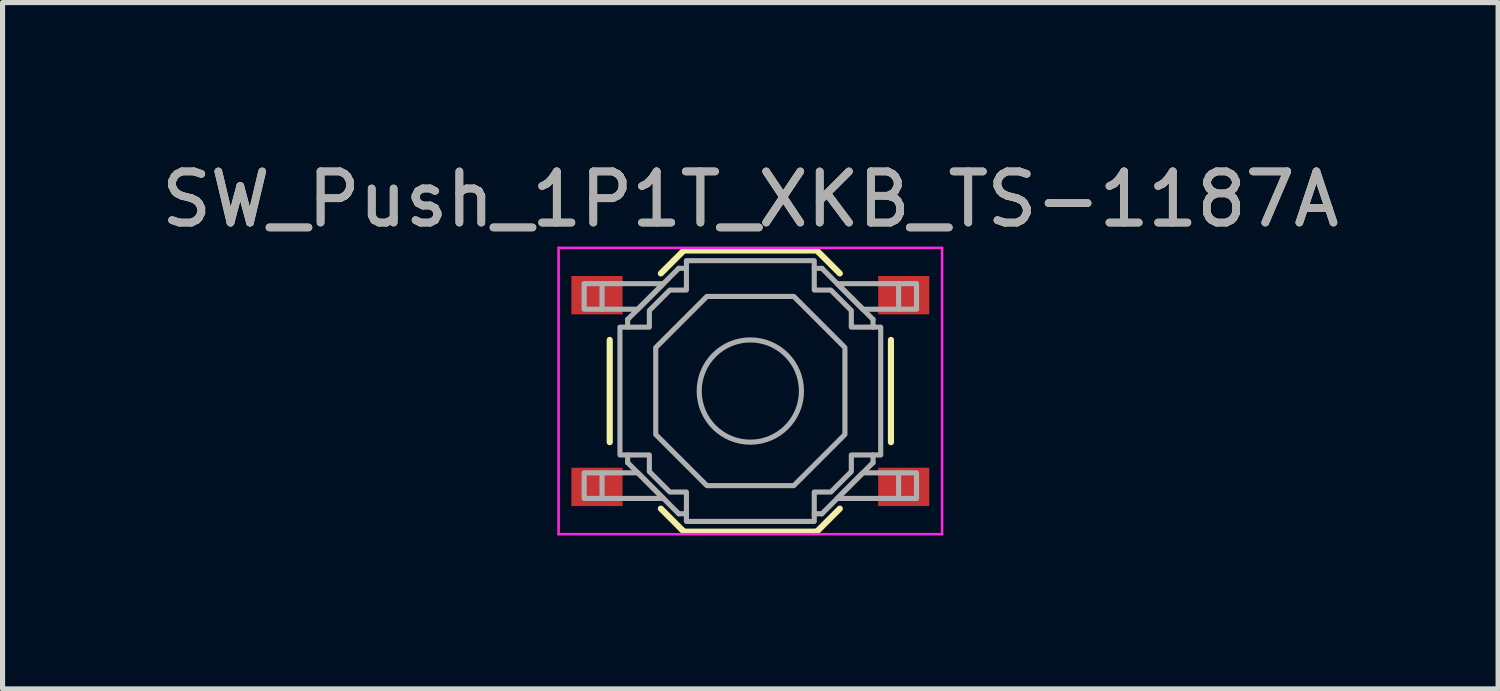
<source format=kicad_pcb>
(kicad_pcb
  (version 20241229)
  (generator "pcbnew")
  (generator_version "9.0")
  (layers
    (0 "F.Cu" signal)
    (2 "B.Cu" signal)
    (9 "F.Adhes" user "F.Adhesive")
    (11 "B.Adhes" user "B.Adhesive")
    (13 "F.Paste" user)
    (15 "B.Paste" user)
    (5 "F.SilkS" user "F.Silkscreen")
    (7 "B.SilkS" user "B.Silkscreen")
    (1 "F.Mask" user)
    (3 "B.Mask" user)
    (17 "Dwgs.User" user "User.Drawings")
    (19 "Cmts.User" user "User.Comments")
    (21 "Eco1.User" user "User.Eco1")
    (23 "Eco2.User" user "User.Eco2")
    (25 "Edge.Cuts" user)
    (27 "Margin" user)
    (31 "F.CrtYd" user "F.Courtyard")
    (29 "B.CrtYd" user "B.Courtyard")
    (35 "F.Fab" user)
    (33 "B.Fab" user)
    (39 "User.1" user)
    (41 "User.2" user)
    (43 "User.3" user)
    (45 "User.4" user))
  (footprint "SW_Push_1P1T_XKB_TS-1187A"
    (layer "F.Cu")
    (at 11.625 4.598)
    (property "Reference" "SW_Push_1P1T_XKB_TS-1187A" (at 0 -3.75 0) (layer "F.SilkS") (effects (font (size 1 1) (thickness 0.15))))
    (attr smd)
    (fp_line (start -2.75 -1) (end -2.75 1) (stroke (width 0.12) (type solid)) (layer "F.SilkS"))
    (fp_line (start -1.75 -2.3) (end -1.3 -2.75) (stroke (width 0.12) (type solid)) (layer "F.SilkS"))
    (fp_line (start -1.75 2.3) (end -1.3 2.75) (stroke (width 0.12) (type solid)) (layer "F.SilkS"))
    (fp_line (start -1.3 -2.75) (end 1.3 -2.75) (stroke (width 0.12) (type solid)) (layer "F.SilkS"))
    (fp_line (start -1.3 2.75) (end 1.3 2.75) (stroke (width 0.12) (type solid)) (layer "F.SilkS"))
    (fp_line (start 1.75 -2.3) (end 1.3 -2.75) (stroke (width 0.12) (type solid)) (layer "F.SilkS"))
    (fp_line (start 1.75 2.3) (end 1.3 2.75) (stroke (width 0.12) (type solid)) (layer "F.SilkS"))
    (fp_line (start 2.75 -1) (end 2.75 1) (stroke (width 0.12) (type solid)) (layer "F.SilkS"))
    (fp_line (start -3.75 -2.8) (end 3.75 -2.8) (stroke (width 0.05) (type solid)) (layer "F.CrtYd"))
    (fp_line (start -3.75 2.8) (end -3.75 -2.8) (stroke (width 0.05) (type solid)) (layer "F.CrtYd"))
    (fp_line (start 3.75 -2.8) (end 3.75 2.8) (stroke (width 0.05) (type solid)) (layer "F.CrtYd"))
    (fp_line (start 3.75 2.8) (end -3.75 2.8) (stroke (width 0.05) (type solid)) (layer "F.CrtYd"))
    (fp_line (start -2.9 -2.1) (end -2.9 -1.6) (stroke (width 0.1) (type solid)) (layer "F.Fab"))
    (fp_line (start -2.9 2.1) (end -2.9 1.6) (stroke (width 0.1) (type solid)) (layer "F.Fab"))
    (fp_line (start -2.4 -1.4) (end -1.4 -2.4) (stroke (width 0.1) (type solid)) (layer "F.Fab"))
    (fp_line (start -2.4 -1.25) (end -2.4 -1.4) (stroke (width 0.1) (type solid)) (layer "F.Fab"))
    (fp_line (start -2.4 1.4) (end -2.4 1.25) (stroke (width 0.1) (type solid)) (layer "F.Fab"))
    (fp_line (start -1.4 -2.4) (end -1.25 -2.4) (stroke (width 0.1) (type solid)) (layer "F.Fab"))
    (fp_line (start -1.4 2.4) (end -2.4 1.4) (stroke (width 0.1) (type solid)) (layer "F.Fab"))
    (fp_line (start -1.25 2.4) (end -1.4 2.4) (stroke (width 0.1) (type solid)) (layer "F.Fab"))
    (fp_line (start 1.25 -2.4) (end 1.4 -2.4) (stroke (width 0.1) (type solid)) (layer "F.Fab"))
    (fp_line (start 1.4 -2.4) (end 2.4 -1.4) (stroke (width 0.1) (type solid)) (layer "F.Fab"))
    (fp_line (start 1.4 2.4) (end 1.25 2.4) (stroke (width 0.1) (type solid)) (layer "F.Fab"))
    (fp_line (start 2.4 -1.4) (end 2.4 -1.25) (stroke (width 0.1) (type solid)) (layer "F.Fab"))
    (fp_line (start 2.4 1.25) (end 2.4 1.4) (stroke (width 0.1) (type solid)) (layer "F.Fab"))
    (fp_line (start 2.4 1.4) (end 1.4 2.4) (stroke (width 0.1) (type solid)) (layer "F.Fab"))
    (fp_line (start 2.9 -2.1) (end 2.9 -1.6) (stroke (width 0.1) (type solid)) (layer "F.Fab"))
    (fp_line (start 2.9 2.1) (end 2.9 1.6) (stroke (width 0.1) (type solid)) (layer "F.Fab"))
    (fp_circle (center 0 0) (end 1 0) (stroke (width 0.1) (type solid)) (fill no) (layer "F.Fab"))
    (fp_poly (pts (xy -1.7 -2.1) (xy -2.2 -1.6) (xy -3.25 -1.6) (xy -3.25 -2.1)) (stroke (width 0.1) (type solid)) (fill no) (layer "F.Fab"))
    (fp_poly (pts (xy -1.7 2.1) (xy -2.2 1.6) (xy -3.25 1.6) (xy -3.25 2.1)) (stroke (width 0.1) (type solid)) (fill no) (layer "F.Fab"))
    (fp_poly (pts (xy 1.7 -2.1) (xy 2.2 -1.6) (xy 3.25 -1.6) (xy 3.25 -2.1)) (stroke (width 0.1) (type solid)) (fill no) (layer "F.Fab"))
    (fp_poly (pts (xy 1.7 2.1) (xy 2.2 1.6) (xy 3.25 1.6) (xy 3.25 2.1)) (stroke (width 0.1) (type solid)) (fill no) (layer "F.Fab"))
    (fp_poly (pts (xy 0.85 -1.85) (xy 1.85 -0.85) (xy 1.85 0.85) (xy 0.85 1.85) (xy -0.85 1.85) (xy -1.85 0.85) (xy -1.85 -0.85) (xy -0.85 -1.85)) (stroke (width 0.1) (type solid)) (fill no) (layer "F.Fab"))
    (fp_poly (pts (xy -1.25 -2.55) (xy 1.25 -2.55) (xy 1.25 -1.975) (xy 1.575 -1.975) (xy 1.975 -1.575) (xy 1.975 -1.25) (xy 2.55 -1.25) (xy 2.55 1.25) (xy 1.975 1.25) (xy 1.975 1.575) (xy 1.575 1.975) (xy 1.25 1.975) (xy 1.25 2.55) (xy -1.25 2.55) (xy -1.25 1.975) (xy -1.575 1.975) (xy -1.975 1.575) (xy -1.975 1.25) (xy -2.55 1.25) (xy -2.55 -1.25) (xy -1.975 -1.25) (xy -1.975 -1.575) (xy -1.575 -1.975) (xy -1.25 -1.975)) (stroke (width 0.1) (type solid)) (fill no) (layer "F.Fab"))
    (fp_text user "${REFERENCE}" (at 0 -3.75 0) (layer "F.Fab") (effects (font (size 1 1) (thickness 0.15))))
    (pad "1" smd rect (at -3 -1.875) (size 1 0.75) (layers "F.Cu" "F.Mask" "F.Paste"))
    (pad "1" smd rect (at 3 -1.875) (size 1 0.75) (layers "F.Cu" "F.Mask" "F.Paste"))
    (pad "2" smd rect (at -3 1.875) (size 1 0.75) (layers "F.Cu" "F.Mask" "F.Paste"))
    (pad "2" smd rect (at 3 1.875) (size 1 0.75) (layers "F.Cu" "F.Mask" "F.Paste")))
  (gr_rect
    (start -3 -3)
    (end 26.25 10.423)
    (stroke (width 0.1) (type default))
    (fill no)
    (layer "Edge.Cuts")))
</source>
